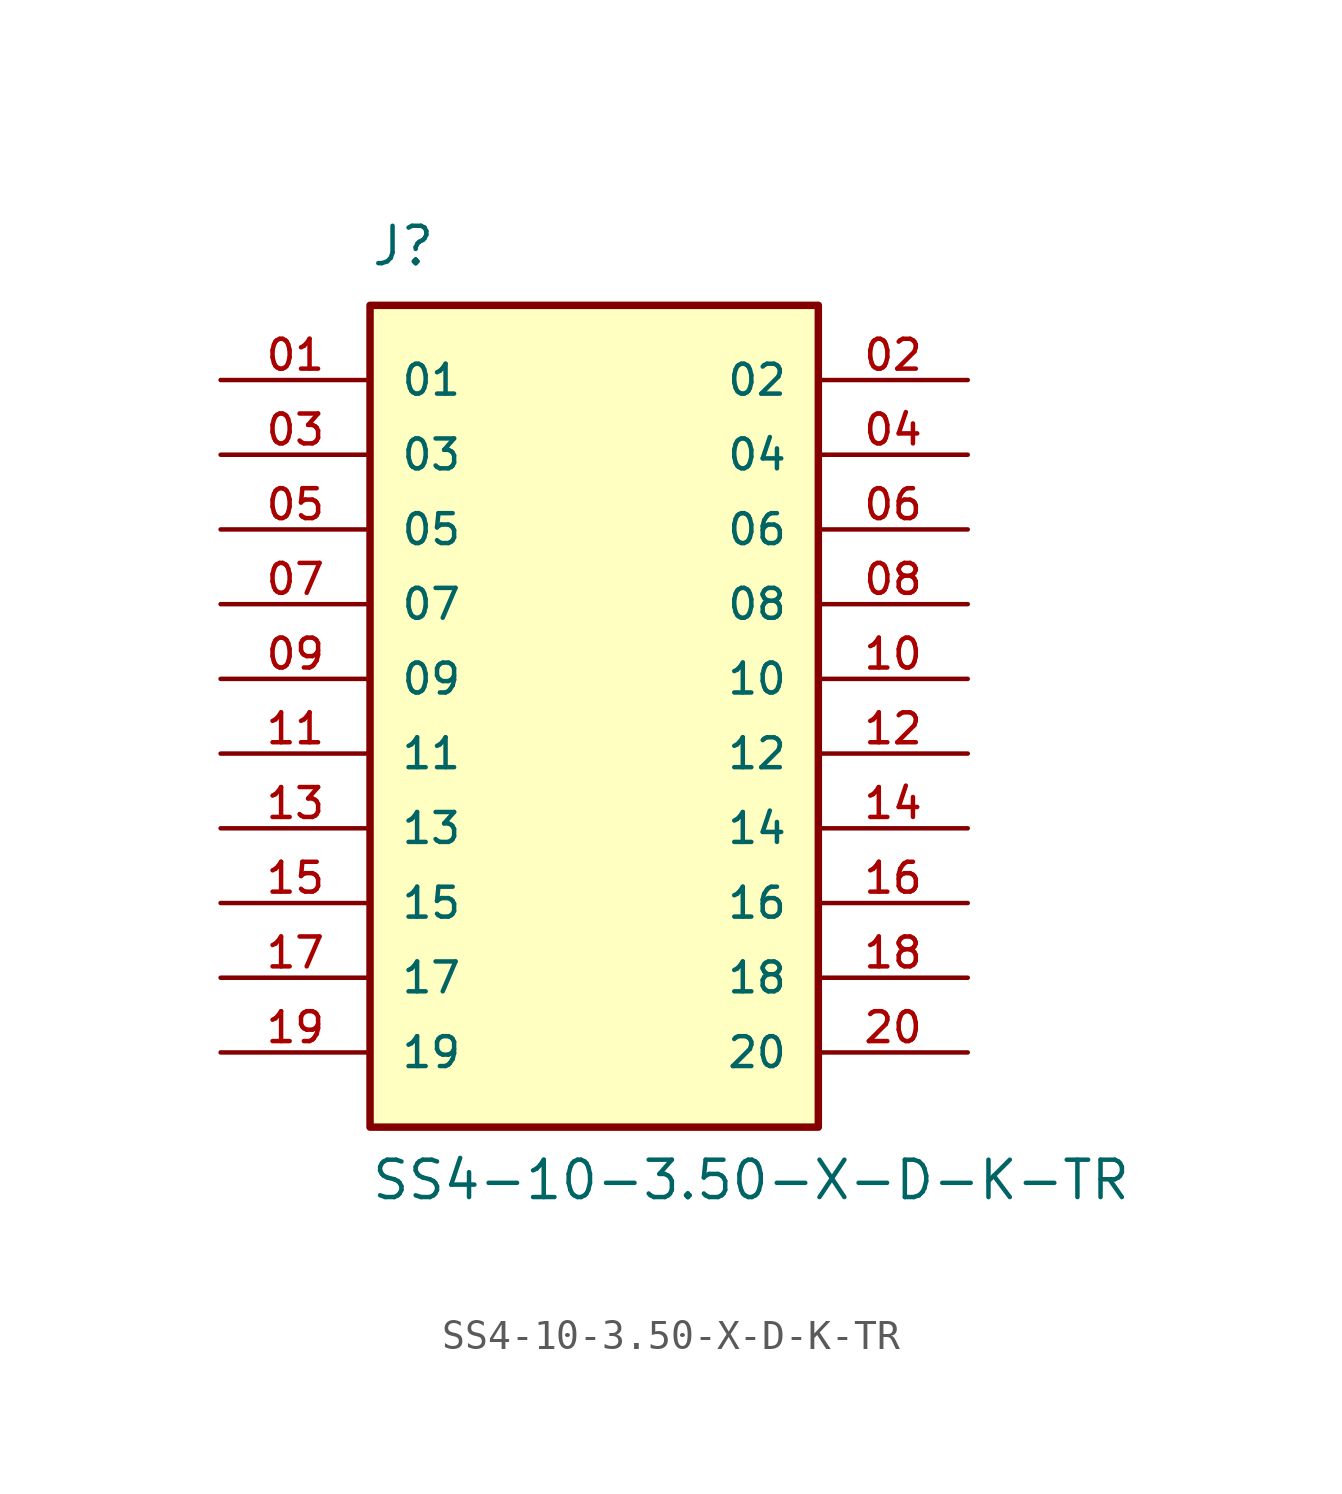
<source format=kicad_sym>
(kicad_symbol_lib
  (version 20211014)
  (generator kicad_symbol_editor)
  (symbol "SS4-10-3.50-X-D-K-TR"
    (pin_names
      (offset 1.016))
    (property "Reference" "J"
      (at -7.62 13.97 0)
      (effects (font (size 1.27 1.27)) (justify bottom left)))
    (property "Value" "SS4-10-3.50-X-D-K-TR"
      (at -7.62 -17.78 0)
      (effects (font (size 1.27 1.27)) (justify bottom left)))
    (symbol "SS4-10-3.50-X-D-K-TR_0_0"
      (rectangle (start -7.62 -15.24) (end 7.62 12.7) (stroke (width 0.254)) (fill (type background)))
      (pin passive line (at -12.7 10.16 0) (length 5.08) (name "01" (effects (font (size 1.016 1.016)))) (number "01" (effects (font (size 1.016 1.016)))))
      (pin passive line (at 12.7 10.16 180.0) (length 5.08) (name "02" (effects (font (size 1.016 1.016)))) (number "02" (effects (font (size 1.016 1.016)))))
      (pin passive line (at -12.7 7.62 0) (length 5.08) (name "03" (effects (font (size 1.016 1.016)))) (number "03" (effects (font (size 1.016 1.016)))))
      (pin passive line (at 12.7 7.62 180.0) (length 5.08) (name "04" (effects (font (size 1.016 1.016)))) (number "04" (effects (font (size 1.016 1.016)))))
      (pin passive line (at -12.7 5.08 0) (length 5.08) (name "05" (effects (font (size 1.016 1.016)))) (number "05" (effects (font (size 1.016 1.016)))))
      (pin passive line (at 12.7 5.08 180.0) (length 5.08) (name "06" (effects (font (size 1.016 1.016)))) (number "06" (effects (font (size 1.016 1.016)))))
      (pin passive line (at -12.7 2.54 0) (length 5.08) (name "07" (effects (font (size 1.016 1.016)))) (number "07" (effects (font (size 1.016 1.016)))))
      (pin passive line (at 12.7 2.54 180.0) (length 5.08) (name "08" (effects (font (size 1.016 1.016)))) (number "08" (effects (font (size 1.016 1.016)))))
      (pin passive line (at -12.7 0.0 0) (length 5.08) (name "09" (effects (font (size 1.016 1.016)))) (number "09" (effects (font (size 1.016 1.016)))))
      (pin passive line (at 12.7 0.0 180.0) (length 5.08) (name "10" (effects (font (size 1.016 1.016)))) (number "10" (effects (font (size 1.016 1.016)))))
      (pin passive line (at -12.7 -2.54 0) (length 5.08) (name "11" (effects (font (size 1.016 1.016)))) (number "11" (effects (font (size 1.016 1.016)))))
      (pin passive line (at 12.7 -2.54 180.0) (length 5.08) (name "12" (effects (font (size 1.016 1.016)))) (number "12" (effects (font (size 1.016 1.016)))))
      (pin passive line (at -12.7 -5.08 0) (length 5.08) (name "13" (effects (font (size 1.016 1.016)))) (number "13" (effects (font (size 1.016 1.016)))))
      (pin passive line (at 12.7 -5.08 180.0) (length 5.08) (name "14" (effects (font (size 1.016 1.016)))) (number "14" (effects (font (size 1.016 1.016)))))
      (pin passive line (at -12.7 -7.62 0) (length 5.08) (name "15" (effects (font (size 1.016 1.016)))) (number "15" (effects (font (size 1.016 1.016)))))
      (pin passive line (at 12.7 -7.62 180.0) (length 5.08) (name "16" (effects (font (size 1.016 1.016)))) (number "16" (effects (font (size 1.016 1.016)))))
      (pin passive line (at -12.7 -10.16 0) (length 5.08) (name "17" (effects (font (size 1.016 1.016)))) (number "17" (effects (font (size 1.016 1.016)))))
      (pin passive line (at 12.7 -10.16 180.0) (length 5.08) (name "18" (effects (font (size 1.016 1.016)))) (number "18" (effects (font (size 1.016 1.016)))))
      (pin passive line (at -12.7 -12.7 0) (length 5.08) (name "19" (effects (font (size 1.016 1.016)))) (number "19" (effects (font (size 1.016 1.016)))))
      (pin passive line (at 12.7 -12.7 180.0) (length 5.08) (name "20" (effects (font (size 1.016 1.016)))) (number "20" (effects (font (size 1.016 1.016))))))))
</source>
